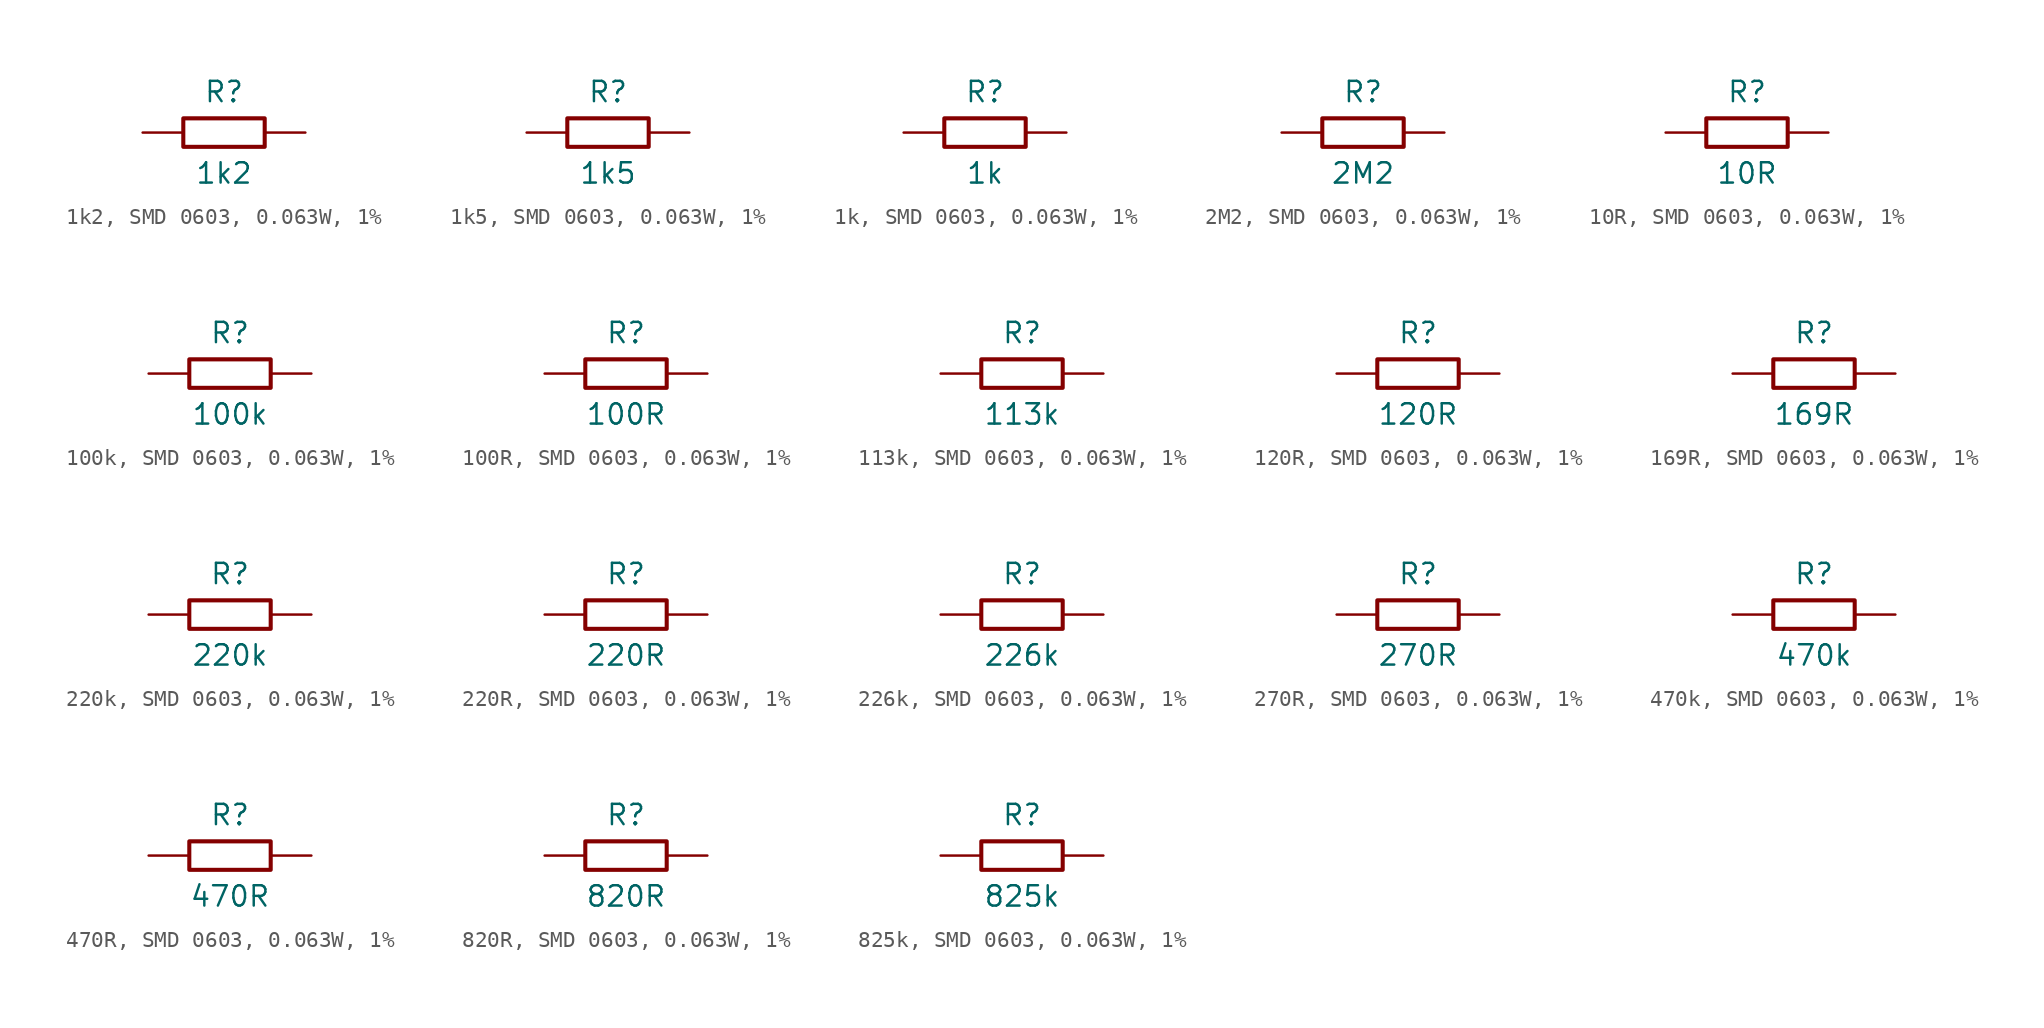
<source format=kicad_sym>
(kicad_symbol_lib
  (version 20220914)
  (generator kicad_symbol_editor)
  (symbol "1k2, SMD 0603, 0.063W, 1%"
    (pin_numbers hide)
    (pin_names
      (offset 0) hide)
    (property "Reference" "R"
      (at 0 2.54 0)
      (effects (font (size 1.27 1.27))))
    (property "Value" "1k2"
      (at 0 -2.54 0)
      (effects (font (size 1.27 1.27))))
    (symbol "1k2, SMD 0603, 0.063W, 1%_0_1"
      (rectangle (start -2.54 0.889) (end 2.54 -0.889) (stroke (width 0.254) (type default)) (fill (type none))))
    (symbol "1k2, SMD 0603, 0.063W, 1%_1_1"
      (pin passive line (at -5.08 0 0) (length 2.54) (name "1" (effects (font (size 1.27 1.27)))) (number "1" (effects (font (size 1.27 1.27)))))
      (pin passive line (at 5.08 0 180) (length 2.54) (name "2" (effects (font (size 1.27 1.27)))) (number "2" (effects (font (size 1.27 1.27)))))))
  (symbol "1k5, SMD 0603, 0.063W, 1%"
    (pin_numbers hide)
    (pin_names
      (offset 0) hide)
    (property "Reference" "R"
      (at 0 2.54 0)
      (effects (font (size 1.27 1.27))))
    (property "Value" "1k5"
      (at 0 -2.54 0)
      (effects (font (size 1.27 1.27))))
    (symbol "1k5, SMD 0603, 0.063W, 1%_0_1"
      (rectangle (start -2.54 0.889) (end 2.54 -0.889) (stroke (width 0.254) (type default)) (fill (type none))))
    (symbol "1k5, SMD 0603, 0.063W, 1%_1_1"
      (pin passive line (at -5.08 0 0) (length 2.54) (name "1" (effects (font (size 1.27 1.27)))) (number "1" (effects (font (size 1.27 1.27)))))
      (pin passive line (at 5.08 0 180) (length 2.54) (name "2" (effects (font (size 1.27 1.27)))) (number "2" (effects (font (size 1.27 1.27)))))))
  (symbol "1k, SMD 0603, 0.063W, 1%"
    (pin_numbers hide)
    (pin_names
      (offset 0) hide)
    (property "Reference" "R"
      (at 0 2.54 0)
      (effects (font (size 1.27 1.27))))
    (property "Value" "1k"
      (at 0 -2.54 0)
      (effects (font (size 1.27 1.27))))
    (symbol "1k, SMD 0603, 0.063W, 1%_0_1"
      (rectangle (start -2.54 0.889) (end 2.54 -0.889) (stroke (width 0.254) (type default)) (fill (type none))))
    (symbol "1k, SMD 0603, 0.063W, 1%_1_1"
      (pin passive line (at -5.08 0 0) (length 2.54) (name "1" (effects (font (size 1.27 1.27)))) (number "1" (effects (font (size 1.27 1.27)))))
      (pin passive line (at 5.08 0 180) (length 2.54) (name "2" (effects (font (size 1.27 1.27)))) (number "2" (effects (font (size 1.27 1.27)))))))
  (symbol "2M2, SMD 0603, 0.063W, 1%"
    (pin_numbers hide)
    (pin_names
      (offset 0) hide)
    (property "Reference" "R"
      (at 0 2.54 0)
      (effects (font (size 1.27 1.27))))
    (property "Value" "2M2"
      (at 0 -2.54 0)
      (effects (font (size 1.27 1.27))))
    (symbol "2M2, SMD 0603, 0.063W, 1%_0_1"
      (rectangle (start -2.54 0.889) (end 2.54 -0.889) (stroke (width 0.254) (type default)) (fill (type none))))
    (symbol "2M2, SMD 0603, 0.063W, 1%_1_1"
      (pin passive line (at -5.08 0 0) (length 2.54) (name "1" (effects (font (size 1.27 1.27)))) (number "1" (effects (font (size 1.27 1.27)))))
      (pin passive line (at 5.08 0 180) (length 2.54) (name "2" (effects (font (size 1.27 1.27)))) (number "2" (effects (font (size 1.27 1.27)))))))
  (symbol "10R, SMD 0603, 0.063W, 1%"
    (pin_numbers hide)
    (pin_names
      (offset 0) hide)
    (property "Reference" "R"
      (at 0 2.54 0)
      (effects (font (size 1.27 1.27))))
    (property "Value" "10R"
      (at 0 -2.54 0)
      (effects (font (size 1.27 1.27))))
    (symbol "10R, SMD 0603, 0.063W, 1%_0_1"
      (rectangle (start -2.54 0.889) (end 2.54 -0.889) (stroke (width 0.254) (type default)) (fill (type none))))
    (symbol "10R, SMD 0603, 0.063W, 1%_1_1"
      (pin passive line (at -5.08 0 0) (length 2.54) (name "1" (effects (font (size 1.27 1.27)))) (number "1" (effects (font (size 1.27 1.27)))))
      (pin passive line (at 5.08 0 180) (length 2.54) (name "2" (effects (font (size 1.27 1.27)))) (number "2" (effects (font (size 1.27 1.27)))))))
  (symbol "100k, SMD 0603, 0.063W, 1%"
    (pin_numbers hide)
    (pin_names
      (offset 0) hide)
    (property "Reference" "R"
      (at 0 2.54 0)
      (effects (font (size 1.27 1.27))))
    (property "Value" "100k"
      (at 0 -2.54 0)
      (effects (font (size 1.27 1.27))))
    (symbol "100k, SMD 0603, 0.063W, 1%_0_1"
      (rectangle (start -2.54 0.889) (end 2.54 -0.889) (stroke (width 0.254) (type default)) (fill (type none))))
    (symbol "100k, SMD 0603, 0.063W, 1%_1_1"
      (pin passive line (at -5.08 0 0) (length 2.54) (name "1" (effects (font (size 1.27 1.27)))) (number "1" (effects (font (size 1.27 1.27)))))
      (pin passive line (at 5.08 0 180) (length 2.54) (name "2" (effects (font (size 1.27 1.27)))) (number "2" (effects (font (size 1.27 1.27)))))))
  (symbol "100R, SMD 0603, 0.063W, 1%"
    (pin_numbers hide)
    (pin_names
      (offset 0) hide)
    (property "Reference" "R"
      (at 0 2.54 0)
      (effects (font (size 1.27 1.27))))
    (property "Value" "100R"
      (at 0 -2.54 0)
      (effects (font (size 1.27 1.27))))
    (symbol "100R, SMD 0603, 0.063W, 1%_0_1"
      (rectangle (start -2.54 0.889) (end 2.54 -0.889) (stroke (width 0.254) (type default)) (fill (type none))))
    (symbol "100R, SMD 0603, 0.063W, 1%_1_1"
      (pin passive line (at -5.08 0 0) (length 2.54) (name "1" (effects (font (size 1.27 1.27)))) (number "1" (effects (font (size 1.27 1.27)))))
      (pin passive line (at 5.08 0 180) (length 2.54) (name "2" (effects (font (size 1.27 1.27)))) (number "2" (effects (font (size 1.27 1.27)))))))
  (symbol "113k, SMD 0603, 0.063W, 1%"
    (pin_numbers hide)
    (pin_names
      (offset 0) hide)
    (property "Reference" "R"
      (at 0 2.54 0)
      (effects (font (size 1.27 1.27))))
    (property "Value" "113k"
      (at 0 -2.54 0)
      (effects (font (size 1.27 1.27))))
    (symbol "113k, SMD 0603, 0.063W, 1%_0_1"
      (rectangle (start -2.54 0.889) (end 2.54 -0.889) (stroke (width 0.254) (type default)) (fill (type none))))
    (symbol "113k, SMD 0603, 0.063W, 1%_1_1"
      (pin passive line (at -5.08 0 0) (length 2.54) (name "1" (effects (font (size 1.27 1.27)))) (number "1" (effects (font (size 1.27 1.27)))))
      (pin passive line (at 5.08 0 180) (length 2.54) (name "2" (effects (font (size 1.27 1.27)))) (number "2" (effects (font (size 1.27 1.27)))))))
  (symbol "120R, SMD 0603, 0.063W, 1%"
    (pin_numbers hide)
    (pin_names
      (offset 0) hide)
    (property "Reference" "R"
      (at 0 2.54 0)
      (effects (font (size 1.27 1.27))))
    (property "Value" "120R"
      (at 0 -2.54 0)
      (effects (font (size 1.27 1.27))))
    (symbol "120R, SMD 0603, 0.063W, 1%_0_1"
      (rectangle (start -2.54 0.889) (end 2.54 -0.889) (stroke (width 0.254) (type default)) (fill (type none))))
    (symbol "120R, SMD 0603, 0.063W, 1%_1_1"
      (pin passive line (at -5.08 0 0) (length 2.54) (name "1" (effects (font (size 1.27 1.27)))) (number "1" (effects (font (size 1.27 1.27)))))
      (pin passive line (at 5.08 0 180) (length 2.54) (name "2" (effects (font (size 1.27 1.27)))) (number "2" (effects (font (size 1.27 1.27)))))))
  (symbol "169R, SMD 0603, 0.063W, 1%"
    (pin_numbers hide)
    (pin_names
      (offset 0) hide)
    (property "Reference" "R"
      (at 0 2.54 0)
      (effects (font (size 1.27 1.27))))
    (property "Value" "169R"
      (at 0 -2.54 0)
      (effects (font (size 1.27 1.27))))
    (symbol "169R, SMD 0603, 0.063W, 1%_0_1"
      (rectangle (start -2.54 0.889) (end 2.54 -0.889) (stroke (width 0.254) (type default)) (fill (type none))))
    (symbol "169R, SMD 0603, 0.063W, 1%_1_1"
      (pin passive line (at -5.08 0 0) (length 2.54) (name "1" (effects (font (size 1.27 1.27)))) (number "1" (effects (font (size 1.27 1.27)))))
      (pin passive line (at 5.08 0 180) (length 2.54) (name "2" (effects (font (size 1.27 1.27)))) (number "2" (effects (font (size 1.27 1.27)))))))
  (symbol "220k, SMD 0603, 0.063W, 1%"
    (pin_numbers hide)
    (pin_names
      (offset 0) hide)
    (property "Reference" "R"
      (at 0 2.54 0)
      (effects (font (size 1.27 1.27))))
    (property "Value" "220k"
      (at 0 -2.54 0)
      (effects (font (size 1.27 1.27))))
    (symbol "220k, SMD 0603, 0.063W, 1%_0_1"
      (rectangle (start -2.54 0.889) (end 2.54 -0.889) (stroke (width 0.254) (type default)) (fill (type none))))
    (symbol "220k, SMD 0603, 0.063W, 1%_1_1"
      (pin passive line (at -5.08 0 0) (length 2.54) (name "1" (effects (font (size 1.27 1.27)))) (number "1" (effects (font (size 1.27 1.27)))))
      (pin passive line (at 5.08 0 180) (length 2.54) (name "2" (effects (font (size 1.27 1.27)))) (number "2" (effects (font (size 1.27 1.27)))))))
  (symbol "220R, SMD 0603, 0.063W, 1%"
    (pin_numbers hide)
    (pin_names
      (offset 0) hide)
    (property "Reference" "R"
      (at 0 2.54 0)
      (effects (font (size 1.27 1.27))))
    (property "Value" "220R"
      (at 0 -2.54 0)
      (effects (font (size 1.27 1.27))))
    (symbol "220R, SMD 0603, 0.063W, 1%_0_1"
      (rectangle (start -2.54 0.889) (end 2.54 -0.889) (stroke (width 0.254) (type default)) (fill (type none))))
    (symbol "220R, SMD 0603, 0.063W, 1%_1_1"
      (pin passive line (at -5.08 0 0) (length 2.54) (name "1" (effects (font (size 1.27 1.27)))) (number "1" (effects (font (size 1.27 1.27)))))
      (pin passive line (at 5.08 0 180) (length 2.54) (name "2" (effects (font (size 1.27 1.27)))) (number "2" (effects (font (size 1.27 1.27)))))))
  (symbol "226k, SMD 0603, 0.063W, 1%"
    (pin_numbers hide)
    (pin_names
      (offset 0) hide)
    (property "Reference" "R"
      (at 0 2.54 0)
      (effects (font (size 1.27 1.27))))
    (property "Value" "226k"
      (at 0 -2.54 0)
      (effects (font (size 1.27 1.27))))
    (symbol "226k, SMD 0603, 0.063W, 1%_0_1"
      (rectangle (start -2.54 0.889) (end 2.54 -0.889) (stroke (width 0.254) (type default)) (fill (type none))))
    (symbol "226k, SMD 0603, 0.063W, 1%_1_1"
      (pin passive line (at -5.08 0 0) (length 2.54) (name "1" (effects (font (size 1.27 1.27)))) (number "1" (effects (font (size 1.27 1.27)))))
      (pin passive line (at 5.08 0 180) (length 2.54) (name "2" (effects (font (size 1.27 1.27)))) (number "2" (effects (font (size 1.27 1.27)))))))
  (symbol "270R, SMD 0603, 0.063W, 1%"
    (pin_numbers hide)
    (pin_names
      (offset 0) hide)
    (property "Reference" "R"
      (at 0 2.54 0)
      (effects (font (size 1.27 1.27))))
    (property "Value" "270R"
      (at 0 -2.54 0)
      (effects (font (size 1.27 1.27))))
    (symbol "270R, SMD 0603, 0.063W, 1%_0_1"
      (rectangle (start -2.54 0.889) (end 2.54 -0.889) (stroke (width 0.254) (type default)) (fill (type none))))
    (symbol "270R, SMD 0603, 0.063W, 1%_1_1"
      (pin passive line (at -5.08 0 0) (length 2.54) (name "1" (effects (font (size 1.27 1.27)))) (number "1" (effects (font (size 1.27 1.27)))))
      (pin passive line (at 5.08 0 180) (length 2.54) (name "2" (effects (font (size 1.27 1.27)))) (number "2" (effects (font (size 1.27 1.27)))))))
  (symbol "470k, SMD 0603, 0.063W, 1%"
    (pin_numbers hide)
    (pin_names
      (offset 0) hide)
    (property "Reference" "R"
      (at 0 2.54 0)
      (effects (font (size 1.27 1.27))))
    (property "Value" "470k"
      (at 0 -2.54 0)
      (effects (font (size 1.27 1.27))))
    (symbol "470k, SMD 0603, 0.063W, 1%_0_1"
      (rectangle (start -2.54 0.889) (end 2.54 -0.889) (stroke (width 0.254) (type default)) (fill (type none))))
    (symbol "470k, SMD 0603, 0.063W, 1%_1_1"
      (pin passive line (at -5.08 0 0) (length 2.54) (name "1" (effects (font (size 1.27 1.27)))) (number "1" (effects (font (size 1.27 1.27)))))
      (pin passive line (at 5.08 0 180) (length 2.54) (name "2" (effects (font (size 1.27 1.27)))) (number "2" (effects (font (size 1.27 1.27)))))))
  (symbol "470R, SMD 0603, 0.063W, 1%"
    (pin_numbers hide)
    (pin_names
      (offset 0) hide)
    (property "Reference" "R"
      (at 0 2.54 0)
      (effects (font (size 1.27 1.27))))
    (property "Value" "470R"
      (at 0 -2.54 0)
      (effects (font (size 1.27 1.27))))
    (symbol "470R, SMD 0603, 0.063W, 1%_0_1"
      (rectangle (start -2.54 0.889) (end 2.54 -0.889) (stroke (width 0.254) (type default)) (fill (type none))))
    (symbol "470R, SMD 0603, 0.063W, 1%_1_1"
      (pin passive line (at -5.08 0 0) (length 2.54) (name "1" (effects (font (size 1.27 1.27)))) (number "1" (effects (font (size 1.27 1.27)))))
      (pin passive line (at 5.08 0 180) (length 2.54) (name "2" (effects (font (size 1.27 1.27)))) (number "2" (effects (font (size 1.27 1.27)))))))
  (symbol "820R, SMD 0603, 0.063W, 1%"
    (pin_numbers hide)
    (pin_names
      (offset 0) hide)
    (property "Reference" "R"
      (at 0 2.54 0)
      (effects (font (size 1.27 1.27))))
    (property "Value" "820R"
      (at 0 -2.54 0)
      (effects (font (size 1.27 1.27))))
    (symbol "820R, SMD 0603, 0.063W, 1%_0_1"
      (rectangle (start -2.54 0.889) (end 2.54 -0.889) (stroke (width 0.254) (type default)) (fill (type none))))
    (symbol "820R, SMD 0603, 0.063W, 1%_1_1"
      (pin passive line (at -5.08 0 0) (length 2.54) (name "1" (effects (font (size 1.27 1.27)))) (number "1" (effects (font (size 1.27 1.27)))))
      (pin passive line (at 5.08 0 180) (length 2.54) (name "2" (effects (font (size 1.27 1.27)))) (number "2" (effects (font (size 1.27 1.27)))))))
  (symbol "825k, SMD 0603, 0.063W, 1%"
    (pin_numbers hide)
    (pin_names
      (offset 0) hide)
    (property "Reference" "R"
      (at 0 2.54 0)
      (effects (font (size 1.27 1.27))))
    (property "Value" "825k"
      (at 0 -2.54 0)
      (effects (font (size 1.27 1.27))))
    (symbol "825k, SMD 0603, 0.063W, 1%_0_1"
      (rectangle (start -2.54 0.889) (end 2.54 -0.889) (stroke (width 0.254) (type default)) (fill (type none))))
    (symbol "825k, SMD 0603, 0.063W, 1%_1_1"
      (pin passive line (at -5.08 0 0) (length 2.54) (name "1" (effects (font (size 1.27 1.27)))) (number "1" (effects (font (size 1.27 1.27)))))
      (pin passive line (at 5.08 0 180) (length 2.54) (name "2" (effects (font (size 1.27 1.27)))) (number "2" (effects (font (size 1.27 1.27))))))))
</source>
